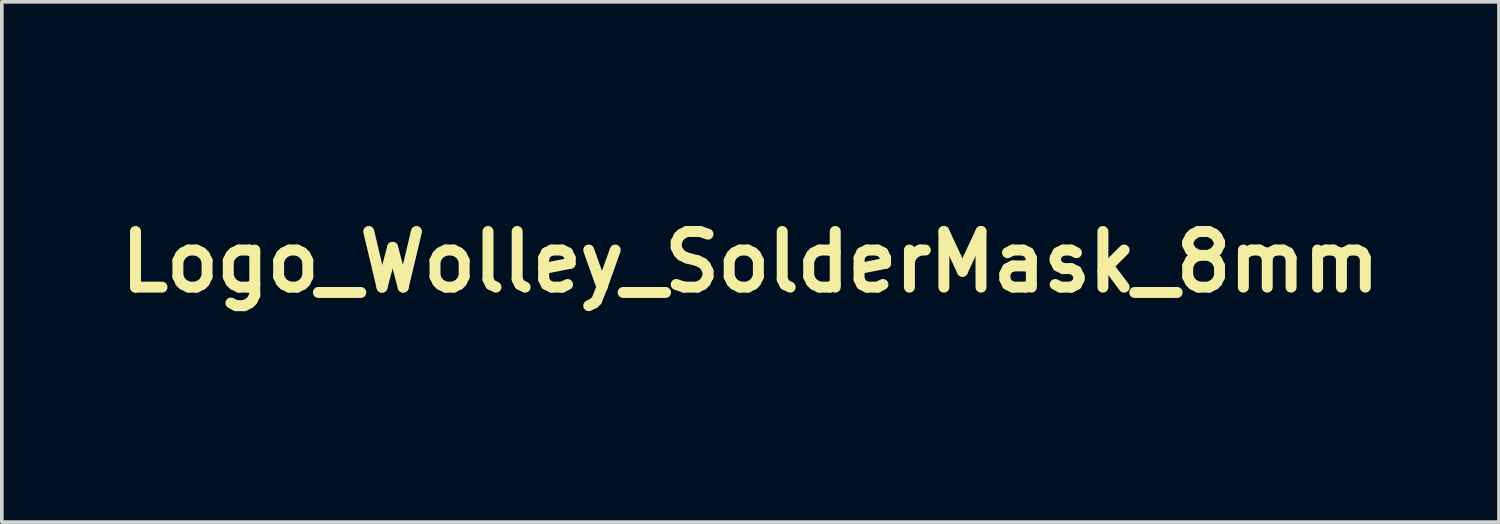
<source format=kicad_pcb>
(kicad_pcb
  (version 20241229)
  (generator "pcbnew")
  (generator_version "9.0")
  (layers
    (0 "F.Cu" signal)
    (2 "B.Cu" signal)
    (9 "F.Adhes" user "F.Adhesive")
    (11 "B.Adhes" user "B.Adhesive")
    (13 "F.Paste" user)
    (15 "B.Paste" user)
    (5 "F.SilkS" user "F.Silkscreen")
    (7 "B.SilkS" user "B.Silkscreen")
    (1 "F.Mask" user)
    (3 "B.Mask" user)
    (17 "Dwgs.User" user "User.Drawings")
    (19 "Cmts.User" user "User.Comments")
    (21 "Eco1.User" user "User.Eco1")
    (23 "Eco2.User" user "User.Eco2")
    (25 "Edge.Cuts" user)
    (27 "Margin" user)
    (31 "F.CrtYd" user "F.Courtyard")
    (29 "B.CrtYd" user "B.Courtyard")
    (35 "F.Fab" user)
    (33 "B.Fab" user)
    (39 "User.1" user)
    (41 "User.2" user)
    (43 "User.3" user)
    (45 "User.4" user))
  (footprint "Logo_Wolley_SolderMask_8mm"
    (layer "F.Cu")
    (at 17.497 4.123)
    (property "Reference" "Logo_Wolley_SolderMask_8mm" (at 0 0 0) (layer "F.SilkS") (effects (font (size 1.524 1.524) (thickness 0.3))))
    (attr through_hole)
    (fp_poly (pts (xy -8.804 -4.115) (xy -8.728 -4.105) (xy -8.652 -4.088) (xy -8.576 -4.065) (xy -8.499 -4.034) (xy -8.42 -3.996) (xy -8.416 -3.994) (xy -8.359 -3.961) (xy -8.309 -3.925) (xy -8.265 -3.887) (xy -8.227 -3.845) (xy -8.194 -3.799) (xy -8.167 -3.749) (xy -8.146 -3.695) (xy -8.129 -3.635) (xy -8.116 -3.57) (xy -8.115 -3.56) (xy -8.113 -3.542) (xy -8.111 -3.522) (xy -8.11 -3.5) (xy -8.109 -3.474) (xy -8.109 -3.443) (xy -8.108 -3.411) (xy -8.109 -3.378) (xy -8.109 -3.348) (xy -8.11 -3.32) (xy -8.112 -3.294) (xy -8.115 -3.267) (xy -8.118 -3.238) (xy -8.122 -3.207) (xy -8.128 -3.172) (xy -8.135 -3.132) (xy -8.139 -3.108) (xy -8.151 -3.047) (xy -8.164 -2.985) (xy -8.178 -2.921) (xy -8.195 -2.856) (xy -8.213 -2.788) (xy -8.233 -2.718) (xy -8.255 -2.646) (xy -8.279 -2.57) (xy -8.306 -2.491) (xy -8.335 -2.409) (xy -8.366 -2.323) (xy -8.4 -2.233) (xy -8.436 -2.139) (xy -8.475 -2.041) (xy -8.517 -1.937) (xy -8.561 -1.829) (xy -8.609 -1.716) (xy -8.66 -1.597) (xy -8.713 -1.472) (xy -8.77 -1.341) (xy -8.798 -1.277) (xy -8.818 -1.233) (xy -8.837 -1.19) (xy -8.856 -1.148) (xy -8.874 -1.107) (xy -8.892 -1.065) (xy -8.911 -1.024) (xy -8.929 -0.982) (xy -8.949 -0.939) (xy -8.969 -0.894) (xy -8.99 -0.847) (xy -9.012 -0.799) (xy -9.035 -0.747) (xy -9.06 -0.692) (xy -9.086 -0.633) (xy -9.115 -0.571) (xy -9.145 -0.504) (xy -9.178 -0.432) (xy -9.213 -0.354) (xy -9.25 -0.271) (xy -9.291 -0.182) (xy -9.295 -0.174) (xy -9.328 -0.1) (xy -9.359 -0.032) (xy -9.387 0.03) (xy -9.413 0.087) (xy -9.437 0.139) (xy -9.458 0.186) (xy -9.478 0.23) (xy -9.496 0.27) (xy -9.513 0.307) (xy -9.528 0.342) (xy -9.542 0.374) (xy -9.556 0.405) (xy -9.569 0.434) (xy -9.582 0.462) (xy -9.594 0.49) (xy -9.606 0.518) (xy -9.618 0.547) (xy -9.624 0.559) (xy -9.673 0.673) (xy -9.719 0.782) (xy -9.761 0.884) (xy -9.799 0.982) (xy -9.835 1.074) (xy -9.867 1.16) (xy -9.895 1.243) (xy -9.921 1.32) (xy -9.943 1.393) (xy -9.963 1.463) (xy -9.979 1.528) (xy -9.993 1.59) (xy -10.004 1.648) (xy -10.012 1.704) (xy -10.017 1.757) (xy -10.02 1.807) (xy -10.02 1.854) (xy -10.019 1.888) (xy -10.016 1.924) (xy -10.012 1.954) (xy -10.006 1.978) (xy -9.998 1.999) (xy -9.987 2.018) (xy -9.975 2.034) (xy -9.973 2.035) (xy -9.955 2.05) (xy -9.932 2.061) (xy -9.906 2.067) (xy -9.905 2.067) (xy -9.878 2.066) (xy -9.848 2.06) (xy -9.813 2.048) (xy -9.775 2.031) (xy -9.734 2.008) (xy -9.689 1.98) (xy -9.642 1.948) (xy -9.592 1.91) (xy -9.539 1.869) (xy -9.484 1.822) (xy -9.427 1.772) (xy -9.368 1.717) (xy -9.307 1.659) (xy -9.244 1.596) (xy -9.181 1.531) (xy -9.116 1.461) (xy -9.051 1.389) (xy -9.011 1.344) (xy -8.907 1.222) (xy -8.801 1.093) (xy -8.694 0.957) (xy -8.586 0.814) (xy -8.477 0.665) (xy -8.368 0.511) (xy -8.258 0.35) (xy -8.149 0.184) (xy -8.039 0.013) (xy -7.929 -0.163) (xy -7.821 -0.341) (xy -7.787 -0.397) (xy -7.755 -0.451) (xy -7.724 -0.504) (xy -7.694 -0.556) (xy -7.664 -0.608) (xy -7.634 -0.661) (xy -7.603 -0.714) (xy -7.572 -0.77) (xy -7.54 -0.828) (xy -7.506 -0.888) (xy -7.471 -0.953) (xy -7.434 -1.021) (xy -7.394 -1.094) (xy -7.352 -1.172) (xy -7.312 -1.246) (xy -7.276 -1.313) (xy -7.243 -1.373) (xy -7.214 -1.427) (xy -7.186 -1.476) (xy -7.162 -1.52) (xy -7.139 -1.56) (xy -7.119 -1.595) (xy -7.1 -1.626) (xy -7.083 -1.654) (xy -7.068 -1.679) (xy -7.053 -1.701) (xy -7.039 -1.72) (xy -7.026 -1.738) (xy -7.013 -1.754) (xy -7.001 -1.768) (xy -6.988 -1.782) (xy -6.978 -1.793) (xy -6.95 -1.819) (xy -6.923 -1.84) (xy -6.897 -1.855) (xy -6.87 -1.867) (xy -6.84 -1.875) (xy -6.827 -1.878) (xy -6.803 -1.881) (xy -6.78 -1.883) (xy -6.756 -1.882) (xy -6.728 -1.88) (xy -6.709 -1.878) (xy -6.664 -1.871) (xy -6.622 -1.861) (xy -6.58 -1.847) (xy -6.537 -1.829) (xy -6.504 -1.814) (xy -6.44 -1.779) (xy -6.38 -1.739) (xy -6.324 -1.693) (xy -6.274 -1.643) (xy -6.228 -1.588) (xy -6.188 -1.53) (xy -6.153 -1.468) (xy -6.125 -1.403) (xy -6.103 -1.336) (xy -6.094 -1.296) (xy -6.085 -1.24) (xy -6.08 -1.184) (xy -6.081 -1.124) (xy -6.083 -1.087) (xy -6.09 -1.013) (xy -6.1 -0.934) (xy -6.111 -0.85) (xy -6.124 -0.76) (xy -6.139 -0.665) (xy -6.157 -0.565) (xy -6.177 -0.458) (xy -6.199 -0.345) (xy -6.223 -0.225) (xy -6.236 -0.162) (xy -6.262 -0.036) (xy -6.286 0.083) (xy -6.307 0.196) (xy -6.326 0.303) (xy -6.343 0.405) (xy -6.358 0.501) (xy -6.371 0.593) (xy -6.382 0.68) (xy -6.391 0.762) (xy -6.398 0.841) (xy -6.403 0.915) (xy -6.406 0.987) (xy -6.407 1.016) (xy -6.407 1.094) (xy -6.405 1.166) (xy -6.399 1.231) (xy -6.391 1.289) (xy -6.379 1.342) (xy -6.365 1.387) (xy -6.348 1.427) (xy -6.327 1.46) (xy -6.304 1.487) (xy -6.277 1.508) (xy -6.248 1.523) (xy -6.215 1.532) (xy -6.214 1.532) (xy -6.194 1.534) (xy -6.174 1.534) (xy -6.159 1.532) (xy -6.117 1.523) (xy -6.072 1.508) (xy -6.024 1.487) (xy -5.975 1.459) (xy -5.923 1.426) (xy -5.869 1.387) (xy -5.813 1.342) (xy -5.756 1.293) (xy -5.697 1.238) (xy -5.638 1.179) (xy -5.577 1.115) (xy -5.516 1.046) (xy -5.454 0.973) (xy -5.391 0.897) (xy -5.328 0.816) (xy -5.266 0.732) (xy -5.203 0.645) (xy -5.141 0.554) (xy -5.08 0.461) (xy -5.019 0.364) (xy -4.959 0.265) (xy -4.94 0.232) (xy -4.837 0.051) (xy -4.741 -0.132) (xy -4.65 -0.318) (xy -4.565 -0.505) (xy -4.485 -0.694) (xy -4.412 -0.885) (xy -4.344 -1.077) (xy -4.283 -1.269) (xy -4.227 -1.462) (xy -4.178 -1.656) (xy -4.135 -1.849) (xy -4.099 -2.042) (xy -4.068 -2.234) (xy -4.045 -2.425) (xy -4.028 -2.615) (xy -4.017 -2.803) (xy -4.014 -2.99) (xy -4.015 -3.079) (xy -4.015 -3.113) (xy -4.016 -3.146) (xy -4.017 -3.179) (xy -4.018 -3.209) (xy -4.019 -3.235) (xy -4.02 -3.256) (xy -4.021 -3.271) (xy -4.023 -3.312) (xy -4.025 -3.352) (xy -4.026 -3.391) (xy -4.027 -3.426) (xy -4.027 -3.458) (xy -4.026 -3.486) (xy -4.025 -3.507) (xy -4.024 -3.514) (xy -4.017 -3.556) (xy -4.006 -3.592) (xy -3.99 -3.624) (xy -3.97 -3.65) (xy -3.946 -3.672) (xy -3.916 -3.689) (xy -3.881 -3.703) (xy -3.839 -3.712) (xy -3.792 -3.718) (xy -3.782 -3.719) (xy -3.747 -3.721) (xy -3.708 -3.721) (xy -3.667 -3.719) (xy -3.628 -3.715) (xy -3.593 -3.711) (xy -3.59 -3.71) (xy -3.542 -3.7) (xy -3.493 -3.684) (xy -3.445 -3.664) (xy -3.396 -3.639) (xy -3.345 -3.609) (xy -3.291 -3.572) (xy -3.262 -3.551) (xy -3.213 -3.511) (xy -3.171 -3.472) (xy -3.135 -3.433) (xy -3.105 -3.392) (xy -3.08 -3.349) (xy -3.06 -3.304) (xy -3.044 -3.256) (xy -3.034 -3.213) (xy -3.03 -3.195) (xy -3.028 -3.178) (xy -3.025 -3.16) (xy -3.023 -3.142) (xy -3.021 -3.121) (xy -3.02 -3.097) (xy -3.018 -3.069) (xy -3.017 -3.036) (xy -3.016 -2.998) (xy -3.015 -2.972) (xy -3.013 -2.862) (xy -3.014 -2.756) (xy -3.019 -2.652) (xy -3.026 -2.548) (xy -3.037 -2.443) (xy -3.051 -2.335) (xy -3.069 -2.223) (xy -3.072 -2.206) (xy -3.102 -2.051) (xy -3.138 -1.892) (xy -3.181 -1.731) (xy -3.229 -1.568) (xy -3.284 -1.402) (xy -3.344 -1.235) (xy -3.409 -1.067) (xy -3.48 -0.898) (xy -3.556 -0.729) (xy -3.637 -0.559) (xy -3.723 -0.389) (xy -3.814 -0.22) (xy -3.909 -0.051) (xy -4.008 0.116) (xy -4.112 0.282) (xy -4.22 0.446) (xy -4.332 0.608) (xy -4.448 0.768) (xy -4.481 0.813) (xy -4.549 0.901) (xy -4.615 0.986) (xy -4.682 1.068) (xy -4.749 1.149) (xy -4.82 1.23) (xy -4.894 1.314) (xy -4.929 1.353) (xy -4.949 1.375) (xy -4.973 1.4) (xy -5.001 1.429) (xy -5.031 1.46) (xy -5.063 1.493) (xy -5.096 1.526) (xy -5.13 1.56) (xy -5.164 1.593) (xy -5.196 1.624) (xy -5.226 1.654) (xy -5.254 1.68) (xy -5.278 1.703) (xy -5.298 1.721) (xy -5.394 1.805) (xy -5.489 1.882) (xy -5.581 1.953) (xy -5.671 2.017) (xy -5.759 2.074) (xy -5.844 2.125) (xy -5.926 2.169) (xy -6.007 2.207) (xy -6.085 2.237) (xy -6.145 2.257) (xy -6.197 2.271) (xy -6.246 2.281) (xy -6.293 2.288) (xy -6.341 2.291) (xy -6.393 2.292) (xy -6.445 2.29) (xy -6.509 2.286) (xy -6.566 2.279) (xy -6.62 2.271) (xy -6.671 2.261) (xy -6.72 2.248) (xy -6.735 2.244) (xy -6.806 2.219) (xy -6.874 2.188) (xy -6.937 2.152) (xy -6.995 2.111) (xy -7.05 2.063) (xy -7.1 2.01) (xy -7.146 1.952) (xy -7.188 1.887) (xy -7.227 1.816) (xy -7.261 1.74) (xy -7.291 1.657) (xy -7.318 1.568) (xy -7.321 1.558) (xy -7.337 1.489) (xy -7.352 1.415) (xy -7.366 1.336) (xy -7.377 1.251) (xy -7.387 1.161) (xy -7.395 1.064) (xy -7.396 1.054) (xy -7.397 1.038) (xy -7.397 1.015) (xy -7.398 0.987) (xy -7.399 0.954) (xy -7.399 0.917) (xy -7.4 0.876) (xy -7.4 0.833) (xy -7.4 0.789) (xy -7.4 0.743) (xy -7.4 0.698) (xy -7.4 0.653) (xy -7.4 0.61) (xy -7.399 0.569) (xy -7.399 0.531) (xy -7.399 0.497) (xy -7.398 0.467) (xy -7.397 0.443) (xy -7.396 0.427) (xy -7.395 0.409) (xy -7.394 0.393) (xy -7.394 0.381) (xy -7.394 0.375) (xy -7.394 0.374) (xy -7.396 0.377) (xy -7.402 0.385) (xy -7.41 0.398) (xy -7.421 0.414) (xy -7.434 0.433) (xy -7.448 0.455) (xy -7.451 0.458) (xy -7.516 0.554) (xy -7.586 0.654) (xy -7.661 0.757) (xy -7.74 0.863) (xy -7.823 0.97) (xy -7.909 1.079) (xy -7.998 1.188) (xy -8.089 1.296) (xy -8.181 1.404) (xy -8.246 1.479) (xy -8.325 1.567) (xy -8.407 1.657) (xy -8.491 1.746) (xy -8.576 1.834) (xy -8.661 1.92) (xy -8.745 2.002) (xy -8.827 2.082) (xy -8.908 2.156) (xy -8.977 2.219) (xy -9.032 2.267) (xy -9.089 2.315) (xy -9.146 2.363) (xy -9.203 2.409) (xy -9.259 2.452) (xy -9.311 2.491) (xy -9.326 2.503) (xy -9.42 2.57) (xy -9.511 2.63) (xy -9.599 2.684) (xy -9.684 2.731) (xy -9.766 2.772) (xy -9.845 2.807) (xy -9.922 2.836) (xy -9.997 2.859) (xy -10.069 2.875) (xy -10.139 2.886) (xy -10.206 2.89) (xy -10.256 2.89) (xy -10.331 2.884) (xy -10.401 2.872) (xy -10.466 2.855) (xy -10.526 2.833) (xy -10.581 2.806) (xy -10.631 2.773) (xy -10.677 2.735) (xy -10.718 2.691) (xy -10.754 2.642) (xy -10.786 2.587) (xy -10.814 2.526) (xy -10.836 2.46) (xy -10.85 2.411) (xy -10.859 2.371) (xy -10.866 2.333) (xy -10.872 2.296) (xy -10.877 2.258) (xy -10.88 2.217) (xy -10.882 2.174) (xy -10.883 2.125) (xy -10.884 2.077) (xy -10.883 2.017) (xy -10.881 1.96) (xy -10.878 1.903) (xy -10.874 1.846) (xy -10.868 1.787) (xy -10.86 1.726) (xy -10.85 1.66) (xy -10.839 1.589) (xy -10.837 1.577) (xy -10.82 1.483) (xy -10.8 1.385) (xy -10.778 1.284) (xy -10.752 1.18) (xy -10.724 1.071) (xy -10.694 0.958) (xy -10.66 0.84) (xy -10.623 0.719) (xy -10.583 0.592) (xy -10.54 0.46) (xy -10.494 0.323) (xy -10.445 0.18) (xy -10.392 0.032) (xy -10.336 -0.123) (xy -10.278 -0.279) (xy -10.228 -0.412) (xy -10.179 -0.546) (xy -10.129 -0.681) (xy -10.08 -0.817) (xy -10.031 -0.953) (xy -9.982 -1.089) (xy -9.934 -1.225) (xy -9.886 -1.361) (xy -9.839 -1.495) (xy -9.792 -1.629) (xy -9.747 -1.761) (xy -9.702 -1.891) (xy -9.659 -2.019) (xy -9.616 -2.145) (xy -9.575 -2.268) (xy -9.536 -2.389) (xy -9.497 -2.506) (xy -9.461 -2.619) (xy -9.426 -2.728) (xy -9.393 -2.834) (xy -9.361 -2.934) (xy -9.332 -3.03) (xy -9.305 -3.121) (xy -9.28 -3.206) (xy -9.257 -3.286) (xy -9.237 -3.359) (xy -9.219 -3.427) (xy -9.213 -3.449) (xy -9.208 -3.472) (xy -9.201 -3.501) (xy -9.194 -3.534) (xy -9.186 -3.57) (xy -9.178 -3.609) (xy -9.17 -3.647) (xy -9.163 -3.685) (xy -9.161 -3.698) (xy -9.149 -3.755) (xy -9.139 -3.806) (xy -9.13 -3.851) (xy -9.121 -3.89) (xy -9.113 -3.924) (xy -9.105 -3.953) (xy -9.098 -3.979) (xy -9.09 -4) (xy -9.083 -4.019) (xy -9.075 -4.035) (xy -9.067 -4.049) (xy -9.058 -4.061) (xy -9.049 -4.073) (xy -9.048 -4.074) (xy -9.031 -4.09) (xy -9.012 -4.102) (xy -8.99 -4.11) (xy -8.964 -4.114) (xy -8.956 -4.115) (xy -8.88 -4.118) (xy -8.804 -4.115)) (stroke (width 0.01) (type solid)) (fill yes) (layer "F.Mask"))
    (fp_poly (pts (xy 5.127 -3.846) (xy 5.184 -3.84) (xy 5.238 -3.829) (xy 5.26 -3.823) (xy 5.312 -3.802) (xy 5.36 -3.776) (xy 5.404 -3.743) (xy 5.444 -3.705) (xy 5.48 -3.662) (xy 5.511 -3.613) (xy 5.538 -3.56) (xy 5.559 -3.501) (xy 5.576 -3.438) (xy 5.588 -3.371) (xy 5.59 -3.357) (xy 5.592 -3.332) (xy 5.594 -3.303) (xy 5.595 -3.271) (xy 5.595 -3.237) (xy 5.595 -3.205) (xy 5.594 -3.175) (xy 5.592 -3.15) (xy 5.592 -3.144) (xy 5.581 -3.069) (xy 5.564 -2.989) (xy 5.543 -2.905) (xy 5.516 -2.818) (xy 5.484 -2.726) (xy 5.448 -2.632) (xy 5.406 -2.535) (xy 5.36 -2.435) (xy 5.31 -2.333) (xy 5.256 -2.228) (xy 5.197 -2.122) (xy 5.134 -2.015) (xy 5.068 -1.906) (xy 4.997 -1.797) (xy 4.924 -1.686) (xy 4.846 -1.576) (xy 4.766 -1.465) (xy 4.75 -1.444) (xy 4.63 -1.288) (xy 4.506 -1.136) (xy 4.379 -0.989) (xy 4.25 -0.847) (xy 4.118 -0.71) (xy 3.985 -0.58) (xy 3.85 -0.455) (xy 3.714 -0.338) (xy 3.627 -0.266) (xy 3.597 -0.243) (xy 3.564 -0.217) (xy 3.531 -0.192) (xy 3.498 -0.167) (xy 3.466 -0.143) (xy 3.437 -0.121) (xy 3.412 -0.103) (xy 3.401 -0.096) (xy 3.39 -0.088) (xy 3.382 -0.081) (xy 3.375 -0.073) (xy 3.368 -0.063) (xy 3.359 -0.048) (xy 3.354 -0.038) (xy 3.305 0.055) (xy 3.259 0.152) (xy 3.217 0.252) (xy 3.178 0.353) (xy 3.143 0.456) (xy 3.114 0.557) (xy 3.089 0.657) (xy 3.069 0.755) (xy 3.064 0.784) (xy 3.055 0.857) (xy 3.048 0.93) (xy 3.045 1.003) (xy 3.046 1.074) (xy 3.05 1.142) (xy 3.057 1.207) (xy 3.067 1.266) (xy 3.073 1.293) (xy 3.088 1.343) (xy 3.106 1.386) (xy 3.128 1.423) (xy 3.153 1.453) (xy 3.182 1.477) (xy 3.214 1.495) (xy 3.249 1.507) (xy 3.288 1.512) (xy 3.32 1.512) (xy 3.37 1.506) (xy 3.422 1.495) (xy 3.478 1.478) (xy 3.537 1.455) (xy 3.6 1.427) (xy 3.666 1.392) (xy 3.736 1.352) (xy 3.747 1.345) (xy 3.805 1.308) (xy 3.868 1.265) (xy 3.934 1.218) (xy 4.003 1.166) (xy 4.073 1.111) (xy 4.146 1.052) (xy 4.219 0.991) (xy 4.293 0.927) (xy 4.367 0.861) (xy 4.439 0.794) (xy 4.511 0.726) (xy 4.516 0.721) (xy 4.564 0.675) (xy 4.566 0.625) (xy 4.576 0.507) (xy 4.593 0.39) (xy 4.617 0.273) (xy 4.626 0.239) (xy 5.432 0.239) (xy 5.433 0.239) (xy 5.438 0.239) (xy 5.446 0.236) (xy 5.459 0.23) (xy 5.477 0.223) (xy 5.487 0.218) (xy 5.6 0.165) (xy 5.708 0.108) (xy 5.811 0.047) (xy 5.911 -0.02) (xy 6.007 -0.092) (xy 6.042 -0.119) (xy 6.1 -0.169) (xy 6.155 -0.219) (xy 6.207 -0.27) (xy 6.256 -0.321) (xy 6.301 -0.372) (xy 6.342 -0.423) (xy 6.379 -0.473) (xy 6.411 -0.521) (xy 6.439 -0.569) (xy 6.461 -0.614) (xy 6.479 -0.656) (xy 6.49 -0.696) (xy 6.496 -0.733) (xy 6.496 -0.744) (xy 6.495 -0.771) (xy 6.491 -0.794) (xy 6.483 -0.812) (xy 6.475 -0.823) (xy 6.462 -0.836) (xy 6.446 -0.845) (xy 6.428 -0.851) (xy 6.405 -0.854) (xy 6.39 -0.855) (xy 6.358 -0.855) (xy 6.327 -0.85) (xy 6.294 -0.841) (xy 6.259 -0.828) (xy 6.241 -0.819) (xy 6.186 -0.79) (xy 6.129 -0.754) (xy 6.072 -0.712) (xy 6.015 -0.664) (xy 5.957 -0.611) (xy 5.9 -0.552) (xy 5.844 -0.49) (xy 5.789 -0.423) (xy 5.735 -0.352) (xy 5.684 -0.279) (xy 5.634 -0.202) (xy 5.602 -0.148) (xy 5.579 -0.105) (xy 5.554 -0.058) (xy 5.53 -0.009) (xy 5.507 0.042) (xy 5.485 0.092) (xy 5.466 0.14) (xy 5.449 0.184) (xy 5.443 0.203) (xy 5.438 0.218) (xy 5.435 0.23) (xy 5.432 0.237) (xy 5.432 0.239) (xy 4.626 0.239) (xy 4.648 0.156) (xy 4.668 0.092) (xy 4.707 -0.015) (xy 4.751 -0.12) (xy 4.801 -0.224) (xy 4.855 -0.326) (xy 4.914 -0.426) (xy 4.977 -0.523) (xy 5.044 -0.617) (xy 5.115 -0.708) (xy 5.189 -0.795) (xy 5.266 -0.878) (xy 5.346 -0.957) (xy 5.428 -1.031) (xy 5.512 -1.1) (xy 5.599 -1.164) (xy 5.686 -1.222) (xy 5.775 -1.274) (xy 5.865 -1.32) (xy 5.956 -1.359) (xy 6.039 -1.39) (xy 6.112 -1.411) (xy 6.183 -1.427) (xy 6.253 -1.437) (xy 6.324 -1.443) (xy 6.397 -1.443) (xy 6.404 -1.443) (xy 6.446 -1.441) (xy 6.482 -1.439) (xy 6.517 -1.435) (xy 6.551 -1.429) (xy 6.587 -1.422) (xy 6.597 -1.42) (xy 6.667 -1.401) (xy 6.732 -1.378) (xy 6.793 -1.349) (xy 6.85 -1.316) (xy 6.902 -1.278) (xy 6.948 -1.235) (xy 6.989 -1.189) (xy 7.024 -1.139) (xy 7.054 -1.085) (xy 7.077 -1.028) (xy 7.09 -0.985) (xy 7.097 -0.948) (xy 7.102 -0.906) (xy 7.105 -0.861) (xy 7.105 -0.816) (xy 7.102 -0.772) (xy 7.099 -0.753) (xy 7.086 -0.684) (xy 7.066 -0.614) (xy 7.039 -0.543) (xy 7.006 -0.471) (xy 6.966 -0.398) (xy 6.919 -0.325) (xy 6.866 -0.252) (xy 6.809 -0.181) (xy 6.79 -0.161) (xy 6.768 -0.136) (xy 6.741 -0.109) (xy 6.713 -0.08) (xy 6.684 -0.051) (xy 6.655 -0.023) (xy 6.627 0.004) (xy 6.601 0.027) (xy 6.579 0.047) (xy 6.579 0.047) (xy 6.487 0.123) (xy 6.392 0.196) (xy 6.296 0.264) (xy 6.2 0.329) (xy 6.103 0.389) (xy 6.008 0.443) (xy 5.949 0.473) (xy 5.857 0.517) (xy 5.765 0.556) (xy 5.673 0.589) (xy 5.583 0.616) (xy 5.496 0.637) (xy 5.411 0.652) (xy 5.366 0.659) (xy 5.368 0.709) (xy 5.374 0.783) (xy 5.386 0.853) (xy 5.403 0.919) (xy 5.425 0.98) (xy 5.452 1.038) (xy 5.484 1.09) (xy 5.521 1.138) (xy 5.562 1.18) (xy 5.608 1.218) (xy 5.659 1.249) (xy 5.674 1.257) (xy 5.73 1.281) (xy 5.79 1.3) (xy 5.854 1.312) (xy 5.921 1.319) (xy 5.992 1.32) (xy 6.065 1.315) (xy 6.141 1.305) (xy 6.22 1.29) (xy 6.3 1.269) (xy 6.383 1.242) (xy 6.467 1.21) (xy 6.552 1.173) (xy 6.639 1.131) (xy 6.727 1.083) (xy 6.815 1.031) (xy 6.879 0.989) (xy 6.959 0.934) (xy 7.039 0.874) (xy 7.12 0.809) (xy 7.198 0.742) (xy 7.273 0.674) (xy 7.344 0.605) (xy 7.348 0.6) (xy 7.387 0.561) (xy 7.395 0.512) (xy 7.4 0.484) (xy 7.405 0.456) (xy 7.411 0.428) (xy 7.419 0.398) (xy 7.427 0.367) (xy 7.436 0.335) (xy 7.447 0.299) (xy 7.459 0.261) (xy 7.473 0.22) (xy 7.488 0.175) (xy 7.506 0.126) (xy 7.525 0.072) (xy 7.547 0.013) (xy 7.571 -0.052) (xy 7.598 -0.122) (xy 7.611 -0.156) (xy 7.634 -0.217) (xy 7.655 -0.271) (xy 7.673 -0.321) (xy 7.69 -0.365) (xy 7.706 -0.406) (xy 7.72 -0.444) (xy 7.732 -0.479) (xy 7.745 -0.512) (xy 7.756 -0.544) (xy 7.768 -0.575) (xy 7.779 -0.607) (xy 7.789 -0.637) (xy 7.84 -0.783) (xy 7.886 -0.924) (xy 7.928 -1.061) (xy 7.966 -1.193) (xy 8 -1.322) (xy 8.03 -1.447) (xy 8.057 -1.57) (xy 8.08 -1.69) (xy 8.087 -1.727) (xy 8.092 -1.755) (xy 8.096 -1.777) (xy 8.1 -1.795) (xy 8.104 -1.809) (xy 8.109 -1.821) (xy 8.111 -1.827) (xy 8.126 -1.853) (xy 8.142 -1.873) (xy 8.16 -1.888) (xy 8.167 -1.891) (xy 8.189 -1.897) (xy 8.215 -1.899) (xy 8.246 -1.895) (xy 8.28 -1.888) (xy 8.319 -1.875) (xy 8.361 -1.859) (xy 8.405 -1.839) (xy 8.406 -1.838) (xy 8.47 -1.803) (xy 8.53 -1.764) (xy 8.585 -1.721) (xy 8.635 -1.675) (xy 8.679 -1.626) (xy 8.718 -1.575) (xy 8.751 -1.521) (xy 8.777 -1.466) (xy 8.794 -1.417) (xy 8.805 -1.368) (xy 8.811 -1.316) (xy 8.813 -1.261) (xy 8.811 -1.2) (xy 8.803 -1.136) (xy 8.791 -1.066) (xy 8.788 -1.05) (xy 8.779 -1.01) (xy 8.769 -0.968) (xy 8.757 -0.924) (xy 8.744 -0.879) (xy 8.729 -0.831) (xy 8.711 -0.781) (xy 8.692 -0.727) (xy 8.671 -0.671) (xy 8.648 -0.61) (xy 8.622 -0.546) (xy 8.593 -0.477) (xy 8.562 -0.404) (xy 8.528 -0.325) (xy 8.491 -0.241) (xy 8.451 -0.152) (xy 8.408 -0.056) (xy 8.399 -0.036) (xy 8.373 0.022) (xy 8.349 0.074) (xy 8.329 0.121) (xy 8.31 0.163) (xy 8.294 0.2) (xy 8.28 0.233) (xy 8.268 0.262) (xy 8.257 0.289) (xy 8.248 0.313) (xy 8.24 0.335) (xy 8.233 0.356) (xy 8.227 0.375) (xy 8.224 0.386) (xy 8.218 0.409) (xy 8.215 0.428) (xy 8.213 0.447) (xy 8.213 0.457) (xy 8.213 0.473) (xy 8.214 0.483) (xy 8.216 0.49) (xy 8.218 0.494) (xy 8.223 0.499) (xy 8.224 0.5) (xy 8.232 0.505) (xy 8.24 0.508) (xy 8.251 0.507) (xy 8.253 0.507) (xy 8.271 0.503) (xy 8.294 0.494) (xy 8.322 0.48) (xy 8.354 0.46) (xy 8.39 0.436) (xy 8.431 0.407) (xy 8.476 0.373) (xy 8.525 0.334) (xy 8.579 0.29) (xy 8.636 0.243) (xy 8.696 0.19) (xy 8.761 0.134) (xy 8.829 0.073) (xy 8.9 0.008) (xy 8.975 -0.061) (xy 9.052 -0.134) (xy 9.131 -0.209) (xy 9.154 -0.23) (xy 9.18 -0.256) (xy 9.21 -0.285) (xy 9.242 -0.317) (xy 9.277 -0.351) (xy 9.313 -0.387) (xy 9.351 -0.424) (xy 9.389 -0.463) (xy 9.428 -0.501) (xy 9.466 -0.54) (xy 9.504 -0.578) (xy 9.541 -0.615) (xy 9.575 -0.65) (xy 9.608 -0.683) (xy 9.638 -0.714) (xy 9.665 -0.742) (xy 9.689 -0.766) (xy 9.708 -0.786) (xy 9.723 -0.802) (xy 9.726 -0.806) (xy 9.775 -0.86) (xy 9.821 -0.912) (xy 9.865 -0.963) (xy 9.908 -1.013) (xy 9.95 -1.065) (xy 9.992 -1.118) (xy 10.034 -1.174) (xy 10.079 -1.234) (xy 10.126 -1.298) (xy 10.171 -1.361) (xy 10.196 -1.394) (xy 10.217 -1.422) (xy 10.236 -1.445) (xy 10.253 -1.464) (xy 10.268 -1.478) (xy 10.282 -1.489) (xy 10.296 -1.497) (xy 10.299 -1.499) (xy 10.322 -1.507) (xy 10.345 -1.51) (xy 10.366 -1.506) (xy 10.371 -1.505) (xy 10.384 -1.498) (xy 10.401 -1.487) (xy 10.422 -1.473) (xy 10.445 -1.455) (xy 10.47 -1.436) (xy 10.496 -1.415) (xy 10.522 -1.394) (xy 10.546 -1.372) (xy 10.569 -1.351) (xy 10.582 -1.339) (xy 10.63 -1.29) (xy 10.671 -1.242) (xy 10.706 -1.194) (xy 10.735 -1.146) (xy 10.759 -1.097) (xy 10.777 -1.046) (xy 10.79 -0.998) (xy 10.793 -0.977) (xy 10.796 -0.951) (xy 10.797 -0.922) (xy 10.798 -0.89) (xy 10.798 -0.859) (xy 10.797 -0.831) (xy 10.794 -0.806) (xy 10.793 -0.8) (xy 10.784 -0.747) (xy 10.77 -0.693) (xy 10.753 -0.638) (xy 10.731 -0.58) (xy 10.705 -0.519) (xy 10.674 -0.454) (xy 10.673 -0.452) (xy 10.66 -0.427) (xy 10.647 -0.401) (xy 10.633 -0.376) (xy 10.618 -0.349) (xy 10.603 -0.321) (xy 10.585 -0.291) (xy 10.566 -0.258) (xy 10.544 -0.222) (xy 10.52 -0.183) (xy 10.494 -0.139) (xy 10.464 -0.091) (xy 10.431 -0.038) (xy 10.406 0.002) (xy 10.373 0.054) (xy 10.344 0.102) (xy 10.318 0.144) (xy 10.294 0.182) (xy 10.273 0.217) (xy 10.253 0.25) (xy 10.235 0.28) (xy 10.218 0.309) (xy 10.202 0.337) (xy 10.186 0.366) (xy 10.17 0.394) (xy 10.137 0.452) (xy 10.105 0.511) (xy 10.071 0.573) (xy 10.036 0.636) (xy 10.001 0.702) (xy 9.964 0.772) (xy 9.925 0.845) (xy 9.884 0.922) (xy 9.842 1.003) (xy 9.796 1.09) (xy 9.749 1.181) (xy 9.698 1.279) (xy 9.668 1.337) (xy 9.636 1.4) (xy 9.607 1.457) (xy 9.58 1.508) (xy 9.557 1.552) (xy 9.537 1.591) (xy 9.52 1.623) (xy 9.506 1.649) (xy 9.495 1.669) (xy 9.488 1.683) (xy 9.488 1.683) (xy 9.482 1.693) (xy 9.479 1.701) (xy 9.478 1.703) (xy 9.482 1.704) (xy 9.492 1.705) (xy 9.506 1.707) (xy 9.523 1.709) (xy 9.527 1.709) (xy 9.64 1.722) (xy 9.754 1.742) (xy 9.869 1.768) (xy 9.983 1.801) (xy 10.096 1.839) (xy 10.208 1.883) (xy 10.316 1.932) (xy 10.421 1.986) (xy 10.522 2.045) (xy 10.579 2.081) (xy 10.632 2.118) (xy 10.681 2.154) (xy 10.725 2.191) (xy 10.765 2.227) (xy 10.799 2.263) (xy 10.828 2.297) (xy 10.852 2.33) (xy 10.869 2.36) (xy 10.88 2.387) (xy 10.885 2.414) (xy 10.884 2.438) (xy 10.876 2.46) (xy 10.861 2.482) (xy 10.853 2.489) (xy 10.842 2.5) (xy 10.828 2.51) (xy 10.813 2.52) (xy 10.799 2.529) (xy 10.788 2.534) (xy 10.78 2.536) (xy 10.776 2.535) (xy 10.766 2.53) (xy 10.752 2.523) (xy 10.733 2.513) (xy 10.712 2.502) (xy 10.689 2.49) (xy 10.688 2.49) (xy 10.651 2.47) (xy 10.619 2.453) (xy 10.591 2.439) (xy 10.567 2.426) (xy 10.544 2.415) (xy 10.523 2.405) (xy 10.501 2.395) (xy 10.481 2.386) (xy 10.378 2.344) (xy 10.273 2.308) (xy 10.165 2.278) (xy 10.053 2.254) (xy 9.937 2.236) (xy 9.886 2.23) (xy 9.815 2.224) (xy 9.738 2.22) (xy 9.658 2.218) (xy 9.575 2.218) (xy 9.492 2.22) (xy 9.409 2.225) (xy 9.329 2.231) (xy 9.278 2.236) (xy 9.251 2.241) (xy 9.228 2.246) (xy 9.207 2.255) (xy 9.185 2.267) (xy 9.161 2.284) (xy 9.16 2.285) (xy 9.129 2.31) (xy 9.097 2.339) (xy 9.063 2.373) (xy 9.027 2.411) (xy 8.989 2.455) (xy 8.949 2.503) (xy 8.906 2.557) (xy 8.861 2.616) (xy 8.813 2.681) (xy 8.762 2.753) (xy 8.729 2.799) (xy 8.67 2.884) (xy 8.614 2.962) (xy 8.562 3.035) (xy 8.513 3.103) (xy 8.467 3.166) (xy 8.423 3.225) (xy 8.381 3.28) (xy 8.341 3.332) (xy 8.302 3.38) (xy 8.265 3.426) (xy 8.229 3.469) (xy 8.193 3.51) (xy 8.158 3.55) (xy 8.123 3.588) (xy 8.087 3.625) (xy 8.051 3.662) (xy 8.041 3.672) (xy 7.962 3.747) (xy 7.883 3.816) (xy 7.805 3.877) (xy 7.727 3.93) (xy 7.649 3.978) (xy 7.57 4.018) (xy 7.492 4.051) (xy 7.412 4.078) (xy 7.333 4.098) (xy 7.252 4.111) (xy 7.219 4.115) (xy 7.2 4.116) (xy 7.177 4.117) (xy 7.153 4.118) (xy 7.128 4.118) (xy 7.106 4.118) (xy 7.087 4.117) (xy 7.078 4.116) (xy 7.001 4.105) (xy 6.929 4.088) (xy 6.859 4.067) (xy 6.791 4.039) (xy 6.724 4.005) (xy 6.718 4.002) (xy 6.649 3.959) (xy 6.582 3.912) (xy 6.52 3.861) (xy 6.462 3.805) (xy 6.408 3.747) (xy 6.361 3.685) (xy 6.319 3.622) (xy 6.292 3.572) (xy 6.268 3.521) (xy 6.25 3.472) (xy 6.242 3.439) (xy 6.933 3.439) (xy 6.935 3.455) (xy 6.943 3.467) (xy 6.948 3.471) (xy 6.958 3.474) (xy 6.973 3.475) (xy 6.992 3.476) (xy 7.014 3.475) (xy 7.038 3.473) (xy 7.061 3.47) (xy 7.083 3.466) (xy 7.092 3.464) (xy 7.122 3.455) (xy 7.149 3.446) (xy 7.177 3.435) (xy 7.206 3.422) (xy 7.221 3.414) (xy 7.252 3.397) (xy 7.285 3.378) (xy 7.318 3.357) (xy 7.352 3.333) (xy 7.389 3.306) (xy 7.427 3.276) (xy 7.467 3.242) (xy 7.509 3.205) (xy 7.555 3.164) (xy 7.603 3.119) (xy 7.655 3.069) (xy 7.711 3.015) (xy 7.77 2.955) (xy 7.833 2.891) (xy 7.875 2.848) (xy 7.918 2.804) (xy 7.956 2.764) (xy 7.99 2.729) (xy 8.02 2.697) (xy 8.047 2.668) (xy 8.071 2.642) (xy 8.092 2.619) (xy 8.111 2.597) (xy 8.128 2.577) (xy 8.144 2.557) (xy 8.159 2.538) (xy 8.173 2.519) (xy 8.175 2.516) (xy 8.201 2.481) (xy 8.22 2.449) (xy 8.235 2.421) (xy 8.244 2.397) (xy 8.247 2.378) (xy 8.246 2.363) (xy 8.239 2.352) (xy 8.226 2.346) (xy 8.208 2.345) (xy 8.185 2.348) (xy 8.16 2.355) (xy 8.131 2.366) (xy 8.096 2.382) (xy 8.056 2.402) (xy 8.012 2.427) (xy 7.963 2.456) (xy 7.91 2.489) (xy 7.853 2.526) (xy 7.792 2.567) (xy 7.728 2.611) (xy 7.66 2.659) (xy 7.59 2.71) (xy 7.516 2.764) (xy 7.485 2.788) (xy 7.452 2.813) (xy 7.423 2.835) (xy 7.396 2.856) (xy 7.372 2.877) (xy 7.348 2.898) (xy 7.323 2.921) (xy 7.296 2.947) (xy 7.266 2.977) (xy 7.252 2.991) (xy 7.191 3.054) (xy 7.136 3.114) (xy 7.087 3.171) (xy 7.045 3.225) (xy 7.008 3.276) (xy 6.978 3.324) (xy 6.957 3.362) (xy 6.944 3.392) (xy 6.936 3.418) (xy 6.933 3.439) (xy 6.242 3.439) (xy 6.238 3.424) (xy 6.232 3.375) (xy 6.231 3.325) (xy 6.234 3.274) (xy 6.245 3.201) (xy 6.264 3.128) (xy 6.289 3.056) (xy 6.322 2.983) (xy 6.361 2.911) (xy 6.408 2.838) (xy 6.462 2.766) (xy 6.487 2.734) (xy 6.502 2.718) (xy 6.52 2.698) (xy 6.542 2.675) (xy 6.567 2.65) (xy 6.593 2.624) (xy 6.619 2.598) (xy 6.645 2.573) (xy 6.67 2.549) (xy 6.692 2.529) (xy 6.711 2.512) (xy 6.715 2.509) (xy 6.813 2.432) (xy 6.918 2.356) (xy 7.029 2.283) (xy 7.147 2.213) (xy 7.27 2.145) (xy 7.399 2.08) (xy 7.534 2.018) (xy 7.674 1.959) (xy 7.819 1.904) (xy 7.969 1.851) (xy 7.972 1.85) (xy 8.017 1.836) (xy 8.063 1.821) (xy 8.11 1.807) (xy 8.16 1.792) (xy 8.215 1.777) (xy 8.275 1.76) (xy 8.282 1.758) (xy 8.341 1.742) (xy 8.394 1.726) (xy 8.441 1.712) (xy 8.483 1.698) (xy 8.52 1.684) (xy 8.553 1.671) (xy 8.582 1.657) (xy 8.608 1.643) (xy 8.632 1.628) (xy 8.654 1.612) (xy 8.675 1.595) (xy 8.696 1.577) (xy 8.707 1.566) (xy 8.726 1.546) (xy 8.744 1.526) (xy 8.762 1.504) (xy 8.779 1.48) (xy 8.797 1.454) (xy 8.816 1.424) (xy 8.836 1.39) (xy 8.858 1.35) (xy 8.882 1.305) (xy 8.884 1.303) (xy 8.939 1.199) (xy 8.996 1.092) (xy 9.053 0.984) (xy 9.11 0.875) (xy 9.167 0.767) (xy 9.223 0.659) (xy 9.278 0.554) (xy 9.33 0.452) (xy 9.381 0.354) (xy 9.428 0.261) (xy 9.442 0.232) (xy 9.462 0.193) (xy 9.479 0.16) (xy 9.493 0.133) (xy 9.503 0.113) (xy 9.509 0.098) (xy 9.512 0.089) (xy 9.512 0.085) (xy 9.507 0.088) (xy 9.499 0.095) (xy 9.487 0.107) (xy 9.471 0.125) (xy 9.451 0.147) (xy 9.426 0.174) (xy 9.416 0.185) (xy 9.355 0.252) (xy 9.294 0.317) (xy 9.234 0.381) (xy 9.175 0.443) (xy 9.117 0.502) (xy 9.062 0.558) (xy 9.009 0.611) (xy 8.96 0.659) (xy 8.914 0.703) (xy 8.874 0.74) (xy 8.787 0.817) (xy 8.703 0.887) (xy 8.621 0.951) (xy 8.541 1.009) (xy 8.464 1.061) (xy 8.388 1.106) (xy 8.314 1.146) (xy 8.241 1.18) (xy 8.17 1.209) (xy 8.099 1.232) (xy 8.029 1.249) (xy 7.984 1.258) (xy 7.962 1.261) (xy 7.934 1.263) (xy 7.904 1.264) (xy 7.872 1.265) (xy 7.841 1.265) (xy 7.811 1.264) (xy 7.784 1.262) (xy 7.762 1.259) (xy 7.754 1.258) (xy 7.696 1.242) (xy 7.642 1.222) (xy 7.593 1.195) (xy 7.549 1.164) (xy 7.51 1.127) (xy 7.476 1.084) (xy 7.446 1.037) (xy 7.437 1.018) (xy 7.429 1) (xy 7.421 0.984) (xy 7.415 0.966) (xy 7.408 0.946) (xy 7.4 0.921) (xy 7.395 0.904) (xy 7.394 0.901) (xy 7.392 0.901) (xy 7.389 0.903) (xy 7.383 0.908) (xy 7.374 0.916) (xy 7.362 0.929) (xy 7.346 0.947) (xy 7.341 0.953) (xy 7.316 0.98) (xy 7.287 1.01) (xy 7.256 1.043) (xy 7.224 1.076) (xy 7.191 1.109) (xy 7.158 1.141) (xy 7.128 1.171) (xy 7.1 1.198) (xy 7.077 1.22) (xy 6.984 1.302) (xy 6.891 1.376) (xy 6.798 1.444) (xy 6.704 1.506) (xy 6.609 1.562) (xy 6.528 1.605) (xy 6.429 1.651) (xy 6.33 1.691) (xy 6.231 1.724) (xy 6.13 1.752) (xy 6.026 1.773) (xy 5.919 1.789) (xy 5.916 1.789) (xy 5.888 1.792) (xy 5.854 1.795) (xy 5.816 1.797) (xy 5.776 1.798) (xy 5.734 1.799) (xy 5.693 1.8) (xy 5.655 1.799) (xy 5.62 1.799) (xy 5.589 1.797) (xy 5.58 1.796) (xy 5.484 1.786) (xy 5.393 1.77) (xy 5.307 1.749) (xy 5.225 1.722) (xy 5.147 1.69) (xy 5.074 1.652) (xy 5.003 1.609) (xy 5.003 1.609) (xy 4.97 1.586) (xy 4.94 1.563) (xy 4.912 1.54) (xy 4.884 1.513) (xy 4.866 1.495) (xy 4.819 1.445) (xy 4.777 1.393) (xy 4.74 1.339) (xy 4.706 1.28) (xy 4.686 1.243) (xy 4.669 1.206) (xy 4.654 1.174) (xy 4.642 1.142) (xy 4.631 1.11) (xy 4.619 1.074) (xy 4.617 1.066) (xy 4.612 1.049) (xy 4.607 1.033) (xy 4.604 1.022) (xy 4.602 1.015) (xy 4.601 1.015) (xy 4.6 1.013) (xy 4.597 1.014) (xy 4.591 1.018) (xy 4.583 1.026) (xy 4.571 1.039) (xy 4.557 1.055) (xy 4.455 1.167) (xy 4.355 1.274) (xy 4.256 1.373) (xy 4.159 1.466) (xy 4.064 1.552) (xy 3.971 1.632) (xy 3.878 1.705) (xy 3.787 1.772) (xy 3.697 1.834) (xy 3.638 1.871) (xy 3.55 1.922) (xy 3.464 1.966) (xy 3.379 2.004) (xy 3.295 2.036) (xy 3.213 2.061) (xy 3.132 2.08) (xy 3.053 2.093) (xy 2.976 2.099) (xy 2.901 2.099) (xy 2.829 2.093) (xy 2.759 2.08) (xy 2.692 2.061) (xy 2.627 2.035) (xy 2.566 2.002) (xy 2.565 2.002) (xy 2.506 1.962) (xy 2.45 1.917) (xy 2.398 1.865) (xy 2.351 1.808) (xy 2.308 1.745) (xy 2.269 1.677) (xy 2.235 1.604) (xy 2.205 1.526) (xy 2.18 1.443) (xy 2.16 1.356) (xy 2.144 1.264) (xy 2.139 1.225) (xy 2.137 1.2) (xy 2.134 1.171) (xy 2.132 1.138) (xy 2.13 1.103) (xy 2.128 1.068) (xy 2.126 1.036) (xy 2.125 1.009) (xy 2.125 0.975) (xy 2.074 1.033) (xy 1.981 1.136) (xy 1.888 1.236) (xy 1.797 1.33) (xy 1.707 1.418) (xy 1.618 1.501) (xy 1.537 1.573) (xy 1.438 1.656) (xy 1.341 1.731) (xy 1.245 1.8) (xy 1.151 1.861) (xy 1.058 1.916) (xy 0.967 1.963) (xy 0.877 2.004) (xy 0.789 2.037) (xy 0.702 2.063) (xy 0.617 2.083) (xy 0.598 2.086) (xy 0.518 2.096) (xy 0.44 2.1) (xy 0.365 2.097) (xy 0.293 2.087) (xy 0.223 2.071) (xy 0.156 2.048) (xy 0.092 2.018) (xy 0.031 1.982) (xy -0.027 1.94) (xy -0.035 1.933) (xy -0.087 1.885) (xy -0.135 1.831) (xy -0.178 1.771) (xy -0.218 1.706) (xy -0.254 1.636) (xy -0.285 1.56) (xy -0.312 1.48) (xy -0.334 1.396) (xy -0.352 1.308) (xy -0.365 1.216) (xy -0.367 1.188) (xy -0.37 1.155) (xy -0.372 1.119) (xy -0.374 1.082) (xy -0.376 1.046) (xy -0.377 1.013) (xy -0.377 0.986) (xy -0.378 0.971) (xy -0.378 0.959) (xy -0.379 0.952) (xy -0.38 0.951) (xy -0.383 0.953) (xy -0.391 0.959) (xy -0.401 0.968) (xy -0.407 0.974) (xy -0.446 1.01) (xy -0.491 1.046) (xy -0.539 1.083) (xy -0.588 1.119) (xy -0.637 1.152) (xy -0.684 1.181) (xy -0.691 1.185) (xy -0.777 1.23) (xy -0.864 1.27) (xy -0.954 1.304) (xy -1.046 1.332) (xy -1.143 1.355) (xy -1.244 1.372) (xy -1.281 1.377) (xy -1.298 1.379) (xy -1.322 1.381) (xy -1.35 1.382) (xy -1.383 1.383) (xy -1.418 1.385) (xy -1.444 1.385) (xy -1.562 1.388) (xy -1.607 1.435) (xy -1.694 1.521) (xy -1.781 1.6) (xy -1.868 1.672) (xy -1.956 1.737) (xy -2.044 1.795) (xy -2.133 1.845) (xy -2.222 1.889) (xy -2.311 1.925) (xy -2.401 1.953) (xy -2.491 1.975) (xy -2.529 1.982) (xy -2.554 1.985) (xy -2.585 1.988) (xy -2.619 1.989) (xy -2.656 1.99) (xy -2.694 1.991) (xy -2.731 1.99) (xy -2.766 1.989) (xy -2.797 1.987) (xy -2.823 1.984) (xy -2.827 1.984) (xy -2.906 1.968) (xy -2.981 1.947) (xy -3.052 1.919) (xy -3.119 1.886) (xy -3.181 1.847) (xy -3.239 1.803) (xy -3.292 1.752) (xy -3.341 1.696) (xy -3.378 1.646) (xy -3.419 1.578) (xy -3.456 1.506) (xy -3.487 1.428) (xy -3.514 1.347) (xy -3.535 1.262) (xy -3.55 1.172) (xy -3.561 1.08) (xy -3.566 0.984) (xy -3.566 0.886) (xy -3.56 0.785) (xy -3.55 0.681) (xy -3.533 0.576) (xy -3.511 0.469) (xy -3.502 0.428) (xy -3.465 0.293) (xy -3.421 0.158) (xy -3.369 0.023) (xy -3.312 -0.112) (xy -3.247 -0.246) (xy -3.176 -0.38) (xy -3.098 -0.512) (xy -3.023 -0.629) (xy -2.948 -0.737) (xy -2.871 -0.841) (xy -2.791 -0.94) (xy -2.71 -1.035) (xy -2.627 -1.125) (xy -2.543 -1.209) (xy -2.457 -1.289) (xy -2.371 -1.362) (xy -2.284 -1.43) (xy -2.196 -1.492) (xy -2.109 -1.548) (xy -2.021 -1.597) (xy -1.934 -1.64) (xy -1.847 -1.675) (xy -1.804 -1.691) (xy -1.733 -1.712) (xy -1.661 -1.727) (xy -1.59 -1.738) (xy -1.519 -1.743) (xy -1.451 -1.742) (xy -1.387 -1.736) (xy -1.368 -1.733) (xy -1.305 -1.719) (xy -1.246 -1.698) (xy -1.191 -1.673) (xy -1.141 -1.642) (xy -1.096 -1.605) (xy -1.056 -1.564) (xy -1.021 -1.518) (xy -0.991 -1.468) (xy -0.967 -1.413) (xy -0.948 -1.354) (xy -0.944 -1.335) (xy -0.937 -1.297) (xy -0.933 -1.259) (xy -0.93 -1.22) (xy -0.93 -1.182) (xy -0.932 -1.146) (xy -0.935 -1.114) (xy -0.941 -1.085) (xy -0.949 -1.062) (xy -0.956 -1.048) (xy -0.965 -1.037) (xy -0.975 -1.028) (xy -0.989 -1.021) (xy -1.006 -1.015) (xy -1.028 -1.01) (xy -1.055 -1.006) (xy -1.079 -1.003) (xy -1.12 -0.999) (xy -1.156 -0.994) (xy -1.187 -0.989) (xy -1.215 -0.983) (xy -1.243 -0.976) (xy -1.27 -0.968) (xy -1.299 -0.958) (xy -1.31 -0.954) (xy -1.385 -0.922) (xy -1.462 -0.885) (xy -1.54 -0.841) (xy -1.617 -0.791) (xy -1.693 -0.737) (xy -1.768 -0.677) (xy -1.783 -0.664) (xy -1.803 -0.646) (xy -1.827 -0.625) (xy -1.853 -0.6) (xy -1.881 -0.573) (xy -1.909 -0.545) (xy -1.937 -0.518) (xy -1.963 -0.491) (xy -1.986 -0.467) (xy -2.005 -0.447) (xy -2.007 -0.444) (xy -2.083 -0.356) (xy -2.156 -0.263) (xy -2.227 -0.167) (xy -2.296 -0.067) (xy -2.361 0.036) (xy -2.423 0.14) (xy -2.481 0.246) (xy -2.535 0.354) (xy -2.584 0.461) (xy -2.63 0.568) (xy -2.67 0.675) (xy -2.705 0.78) (xy -2.735 0.883) (xy -2.759 0.984) (xy -2.776 1.079) (xy -2.78 1.108) (xy -2.783 1.14) (xy -2.785 1.176) (xy -2.786 1.212) (xy -2.786 1.248) (xy -2.786 1.28) (xy -2.784 1.308) (xy -2.784 1.313) (xy -2.778 1.352) (xy -2.77 1.388) (xy -2.759 1.42) (xy -2.747 1.448) (xy -2.733 1.469) (xy -2.721 1.482) (xy -2.705 1.495) (xy -2.689 1.503) (xy -2.673 1.508) (xy -2.653 1.511) (xy -2.634 1.511) (xy -2.615 1.51) (xy -2.599 1.509) (xy -2.584 1.506) (xy -2.567 1.501) (xy -2.562 1.499) (xy -2.515 1.481) (xy -2.467 1.456) (xy -2.416 1.424) (xy -2.363 1.385) (xy -2.309 1.34) (xy -2.252 1.288) (xy -2.241 1.277) (xy -2.18 1.215) (xy -2.121 1.15) (xy -2.063 1.082) (xy -2.008 1.012) (xy -1.956 0.94) (xy -1.907 0.868) (xy -1.862 0.796) (xy -1.82 0.725) (xy -1.784 0.655) (xy -1.753 0.587) (xy -1.727 0.522) (xy -1.722 0.507) (xy -1.709 0.468) (xy -1.726 0.427) (xy -1.754 0.352) (xy -1.776 0.278) (xy -1.792 0.204) (xy -1.802 0.13) (xy -1.807 0.053) (xy -1.807 0.027) (xy -1.804 -0.055) (xy -1.795 -0.133) (xy -1.781 -0.209) (xy -1.759 -0.283) (xy -1.731 -0.356) (xy -1.707 -0.408) (xy -1.671 -0.476) (xy -1.632 -0.538) (xy -1.588 -0.594) (xy -1.541 -0.645) (xy -1.533 -0.653) (xy -1.485 -0.695) (xy -1.438 -0.73) (xy -1.389 -0.759) (xy -1.34 -0.782) (xy -1.291 -0.799) (xy -1.243 -0.81) (xy -1.196 -0.814) (xy -1.149 -0.812) (xy -1.104 -0.803) (xy -1.061 -0.788) (xy -1.02 -0.767) (xy -0.982 -0.739) (xy -0.967 -0.725) (xy -0.932 -0.687) (xy -0.902 -0.644) (xy -0.876 -0.595) (xy -0.854 -0.541) (xy -0.837 -0.482) (xy -0.825 -0.418) (xy -0.817 -0.35) (xy -0.813 -0.278) (xy -0.814 -0.202) (xy -0.82 -0.122) (xy -0.831 -0.039) (xy -0.84 0.012) (xy -0.86 0.104) (xy -0.885 0.199) (xy -0.915 0.297) (xy -0.951 0.396) (xy -0.992 0.497) (xy -1.037 0.599) (xy -1.087 0.701) (xy -1.14 0.803) (xy -1.198 0.903) (xy -1.258 1.001) (xy -1.276 1.027) (xy -1.313 1.084) (xy -1.29 1.087) (xy -1.265 1.088) (xy -1.235 1.087) (xy -1.2 1.084) (xy -1.163 1.079) (xy -1.125 1.073) (xy -1.087 1.066) (xy -1.052 1.057) (xy -1.042 1.054) (xy -0.979 1.033) (xy -0.916 1.008) (xy -0.852 0.977) (xy -0.788 0.94) (xy -0.722 0.898) (xy -0.655 0.85) (xy -0.586 0.796) (xy -0.514 0.735) (xy -0.441 0.668) (xy -0.43 0.658) (xy -0.406 0.636) (xy -0.387 0.618) (xy -0.372 0.603) (xy -0.361 0.592) (xy -0.352 0.582) (xy -0.346 0.573) (xy -0.342 0.564) (xy -0.339 0.555) (xy -0.336 0.544) (xy -0.334 0.531) (xy -0.331 0.515) (xy -0.33 0.51) (xy -0.303 0.364) (xy -0.27 0.215) (xy -0.231 0.061) (xy -0.187 -0.096) (xy -0.137 -0.257) (xy -0.082 -0.42) (xy -0.023 -0.586) (xy 0.042 -0.755) (xy 0.082 -0.851) (xy 1.078 -0.851) (xy 1.079 -0.85) (xy 1.084 -0.853) (xy 1.092 -0.859) (xy 1.104 -0.868) (xy 1.121 -0.881) (xy 1.139 -0.896) (xy 1.201 -0.948) (xy 1.265 -1.006) (xy 1.33 -1.07) (xy 1.398 -1.14) (xy 1.466 -1.215) (xy 1.535 -1.296) (xy 1.605 -1.38) (xy 1.675 -1.469) (xy 1.745 -1.562) (xy 1.814 -1.658) (xy 1.883 -1.758) (xy 1.904 -1.79) (xy 1.923 -1.818) (xy 1.945 -1.851) (xy 1.968 -1.887) (xy 1.993 -1.926) (xy 2.019 -1.966) (xy 2.044 -2.007) (xy 2.069 -2.046) (xy 2.092 -2.083) (xy 2.112 -2.116) (xy 2.13 -2.145) (xy 2.135 -2.153) (xy 2.178 -2.225) (xy 2.22 -2.299) (xy 2.262 -2.372) (xy 2.302 -2.446) (xy 2.341 -2.519) (xy 2.378 -2.59) (xy 2.413 -2.66) (xy 2.445 -2.727) (xy 2.476 -2.792) (xy 2.503 -2.852) (xy 2.527 -2.909) (xy 2.548 -2.961) (xy 2.565 -3.007) (xy 2.568 -3.019) (xy 2.58 -3.057) (xy 2.589 -3.09) (xy 2.593 -3.117) (xy 2.594 -3.138) (xy 2.592 -3.154) (xy 2.586 -3.166) (xy 2.586 -3.167) (xy 2.58 -3.172) (xy 2.575 -3.175) (xy 2.568 -3.174) (xy 2.559 -3.172) (xy 2.54 -3.164) (xy 2.516 -3.15) (xy 2.49 -3.129) (xy 2.46 -3.102) (xy 2.428 -3.069) (xy 2.392 -3.03) (xy 2.353 -2.985) (xy 2.312 -2.934) (xy 2.267 -2.878) (xy 2.22 -2.815) (xy 2.17 -2.747) (xy 2.117 -2.674) (xy 2.061 -2.594) (xy 2.003 -2.51) (xy 1.943 -2.42) (xy 1.936 -2.409) (xy 1.889 -2.337) (xy 1.842 -2.265) (xy 1.797 -2.193) (xy 1.751 -2.119) (xy 1.706 -2.043) (xy 1.66 -1.965) (xy 1.613 -1.884) (xy 1.566 -1.799) (xy 1.516 -1.71) (xy 1.465 -1.615) (xy 1.412 -1.515) (xy 1.375 -1.446) (xy 1.358 -1.412) (xy 1.339 -1.376) (xy 1.319 -1.337) (xy 1.298 -1.297) (xy 1.277 -1.256) (xy 1.256 -1.214) (xy 1.235 -1.172) (xy 1.214 -1.131) (xy 1.193 -1.09) (xy 1.174 -1.051) (xy 1.155 -1.014) (xy 1.138 -0.979) (xy 1.123 -0.948) (xy 1.109 -0.92) (xy 1.098 -0.896) (xy 1.089 -0.876) (xy 1.082 -0.862) (xy 1.078 -0.853) (xy 1.078 -0.851) (xy 0.082 -0.851) (xy 0.112 -0.926) (xy 0.187 -1.098) (xy 0.191 -1.109) (xy 0.22 -1.171) (xy 0.25 -1.238) (xy 0.283 -1.308) (xy 0.318 -1.38) (xy 0.353 -1.452) (xy 0.389 -1.524) (xy 0.423 -1.594) (xy 0.457 -1.661) (xy 0.489 -1.723) (xy 0.508 -1.758) (xy 0.597 -1.922) (xy 0.686 -2.08) (xy 0.776 -2.232) (xy 0.866 -2.378) (xy 0.956 -2.517) (xy 1.047 -2.65) (xy 1.137 -2.777) (xy 1.227 -2.897) (xy 1.318 -3.01) (xy 1.408 -3.117) (xy 1.498 -3.217) (xy 1.587 -3.31) (xy 1.677 -3.396) (xy 1.766 -3.475) (xy 1.854 -3.547) (xy 1.876 -3.563) (xy 1.958 -3.622) (xy 2.04 -3.674) (xy 2.12 -3.719) (xy 2.2 -3.758) (xy 2.28 -3.789) (xy 2.36 -3.814) (xy 2.44 -3.833) (xy 2.456 -3.836) (xy 2.473 -3.839) (xy 2.489 -3.841) (xy 2.505 -3.842) (xy 2.523 -3.843) (xy 2.545 -3.844) (xy 2.572 -3.844) (xy 2.585 -3.844) (xy 2.613 -3.844) (xy 2.635 -3.844) (xy 2.653 -3.844) (xy 2.667 -3.843) (xy 2.68 -3.841) (xy 2.692 -3.839) (xy 2.705 -3.836) (xy 2.707 -3.836) (xy 2.762 -3.821) (xy 2.811 -3.801) (xy 2.857 -3.776) (xy 2.899 -3.746) (xy 2.935 -3.713) (xy 2.971 -3.671) (xy 3.002 -3.624) (xy 3.03 -3.572) (xy 3.052 -3.515) (xy 3.07 -3.455) (xy 3.083 -3.391) (xy 3.091 -3.323) (xy 3.094 -3.254) (xy 3.091 -3.182) (xy 3.084 -3.108) (xy 3.079 -3.075) (xy 3.063 -2.994) (xy 3.041 -2.908) (xy 3.014 -2.819) (xy 2.982 -2.727) (xy 2.944 -2.631) (xy 2.902 -2.532) (xy 2.856 -2.43) (xy 2.804 -2.326) (xy 2.749 -2.22) (xy 2.689 -2.113) (xy 2.625 -2.004) (xy 2.557 -1.894) (xy 2.486 -1.783) (xy 2.411 -1.672) (xy 2.332 -1.56) (xy 2.251 -1.449) (xy 2.166 -1.338) (xy 2.107 -1.263) (xy 1.987 -1.117) (xy 1.865 -0.976) (xy 1.74 -0.839) (xy 1.613 -0.708) (xy 1.485 -0.582) (xy 1.355 -0.463) (xy 1.224 -0.349) (xy 1.093 -0.242) (xy 0.962 -0.142) (xy 0.911 -0.105) (xy 0.895 -0.093) (xy 0.883 -0.084) (xy 0.875 -0.076) (xy 0.868 -0.068) (xy 0.861 -0.057) (xy 0.853 -0.043) (xy 0.813 0.033) (xy 0.773 0.115) (xy 0.735 0.201) (xy 0.699 0.29) (xy 0.666 0.379) (xy 0.637 0.467) (xy 0.622 0.515) (xy 0.598 0.607) (xy 0.578 0.694) (xy 0.563 0.778) (xy 0.552 0.86) (xy 0.546 0.941) (xy 0.544 1.021) (xy 0.544 1.027) (xy 0.545 1.098) (xy 0.549 1.162) (xy 0.556 1.22) (xy 0.565 1.273) (xy 0.578 1.32) (xy 0.593 1.362) (xy 0.611 1.399) (xy 0.633 1.432) (xy 0.657 1.46) (xy 0.686 1.482) (xy 0.718 1.498) (xy 0.754 1.508) (xy 0.795 1.512) (xy 0.839 1.511) (xy 0.887 1.503) (xy 0.94 1.49) (xy 0.997 1.47) (xy 1.01 1.465) (xy 1.072 1.439) (xy 1.138 1.406) (xy 1.207 1.367) (xy 1.279 1.323) (xy 1.355 1.272) (xy 1.434 1.216) (xy 1.516 1.155) (xy 1.6 1.088) (xy 1.688 1.015) (xy 1.778 0.938) (xy 1.87 0.855) (xy 1.965 0.767) (xy 2.062 0.674) (xy 2.088 0.649) (xy 2.161 0.577) (xy 2.169 0.527) (xy 2.192 0.399) (xy 2.221 0.266) (xy 2.254 0.129) (xy 2.292 -0.012) (xy 2.334 -0.157) (xy 2.381 -0.304) (xy 2.433 -0.455) (xy 2.489 -0.608) (xy 2.549 -0.763) (xy 2.585 -0.852) (xy 3.582 -0.852) (xy 3.584 -0.851) (xy 3.588 -0.854) (xy 3.594 -0.858) (xy 3.605 -0.866) (xy 3.619 -0.878) (xy 3.639 -0.893) (xy 3.639 -0.894) (xy 3.704 -0.948) (xy 3.77 -1.008) (xy 3.838 -1.075) (xy 3.907 -1.147) (xy 3.978 -1.225) (xy 4.049 -1.308) (xy 4.121 -1.396) (xy 4.193 -1.489) (xy 4.264 -1.585) (xy 4.336 -1.686) (xy 4.405 -1.787) (xy 4.424 -1.816) (xy 4.447 -1.85) (xy 4.471 -1.887) (xy 4.496 -1.927) (xy 4.522 -1.967) (xy 4.547 -2.008) (xy 4.572 -2.047) (xy 4.596 -2.084) (xy 4.617 -2.118) (xy 4.635 -2.148) (xy 4.643 -2.163) (xy 4.688 -2.238) (xy 4.731 -2.313) (xy 4.773 -2.389) (xy 4.814 -2.465) (xy 4.854 -2.539) (xy 4.891 -2.612) (xy 4.926 -2.682) (xy 4.959 -2.75) (xy 4.989 -2.814) (xy 5.015 -2.875) (xy 5.039 -2.932) (xy 5.059 -2.983) (xy 5.072 -3.021) (xy 5.084 -3.06) (xy 5.092 -3.094) (xy 5.097 -3.122) (xy 5.097 -3.144) (xy 5.094 -3.16) (xy 5.086 -3.17) (xy 5.076 -3.174) (xy 5.062 -3.173) (xy 5.044 -3.166) (xy 5.023 -3.153) (xy 4.999 -3.135) (xy 4.972 -3.111) (xy 4.942 -3.081) (xy 4.909 -3.046) (xy 4.873 -3.005) (xy 4.834 -2.959) (xy 4.809 -2.928) (xy 4.775 -2.885) (xy 4.738 -2.837) (xy 4.699 -2.783) (xy 4.657 -2.726) (xy 4.614 -2.666) (xy 4.57 -2.603) (xy 4.525 -2.538) (xy 4.481 -2.473) (xy 4.437 -2.407) (xy 4.394 -2.343) (xy 4.353 -2.279) (xy 4.334 -2.25) (xy 4.293 -2.183) (xy 4.248 -2.11) (xy 4.202 -2.032) (xy 4.153 -1.948) (xy 4.103 -1.859) (xy 4.051 -1.767) (xy 3.998 -1.67) (xy 3.944 -1.571) (xy 3.89 -1.469) (xy 3.835 -1.364) (xy 3.834 -1.363) (xy 3.823 -1.34) (xy 3.81 -1.314) (xy 3.795 -1.285) (xy 3.779 -1.253) (xy 3.761 -1.219) (xy 3.743 -1.183) (xy 3.725 -1.147) (xy 3.707 -1.11) (xy 3.688 -1.073) (xy 3.671 -1.037) (xy 3.654 -1.003) (xy 3.638 -0.971) (xy 3.624 -0.942) (xy 3.611 -0.916) (xy 3.6 -0.894) (xy 3.592 -0.876) (xy 3.586 -0.864) (xy 3.583 -0.857) (xy 3.583 -0.857) (xy 3.582 -0.853) (xy 3.582 -0.852) (xy 2.585 -0.852) (xy 2.613 -0.919) (xy 2.68 -1.077) (xy 2.752 -1.236) (xy 2.827 -1.396) (xy 2.906 -1.555) (xy 2.968 -1.676) (xy 3.053 -1.836) (xy 3.138 -1.991) (xy 3.224 -2.14) (xy 3.31 -2.283) (xy 3.396 -2.421) (xy 3.483 -2.553) (xy 3.569 -2.679) (xy 3.656 -2.799) (xy 3.743 -2.913) (xy 3.829 -3.021) (xy 3.916 -3.123) (xy 4.002 -3.218) (xy 4.087 -3.307) (xy 4.173 -3.39) (xy 4.258 -3.466) (xy 4.342 -3.535) (xy 4.425 -3.597) (xy 4.508 -3.653) (xy 4.59 -3.702) (xy 4.672 -3.743) (xy 4.735 -3.771) (xy 4.803 -3.796) (xy 4.87 -3.816) (xy 4.937 -3.831) (xy 5.003 -3.841) (xy 5.066 -3.846) (xy 5.127 -3.846)) (stroke (width 0.01) (type solid)) (fill yes) (layer "F.Mask")))
  (gr_rect
    (start -3 -3)
    (end 37.994 11.246)
    (stroke (width 0.1) (type default))
    (fill no)
    (layer "Edge.Cuts")))
</source>
